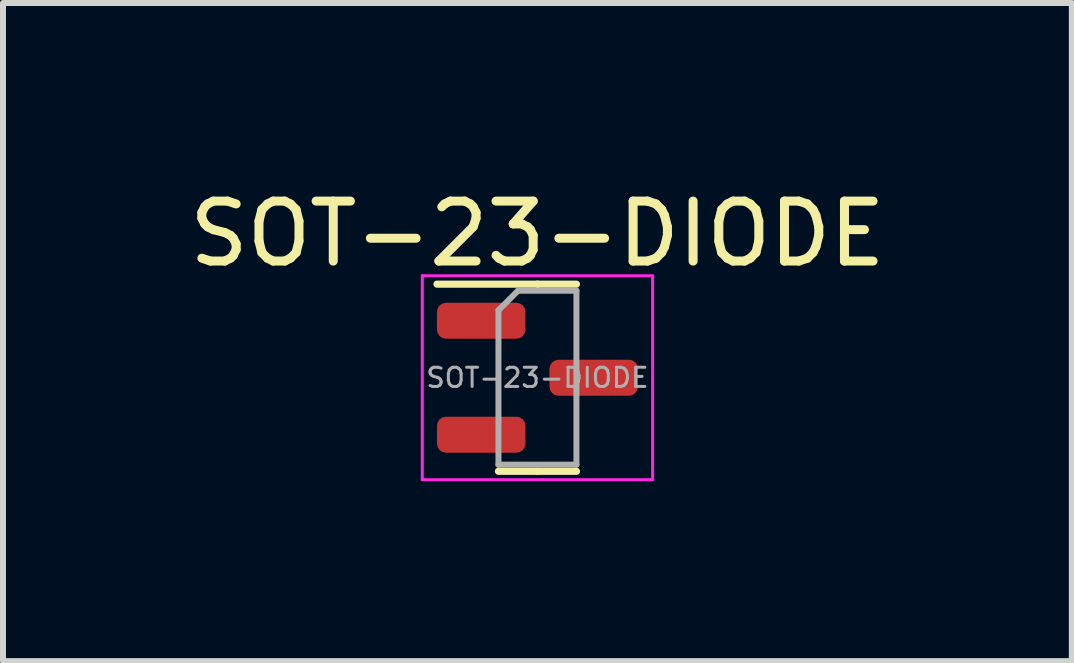
<source format=kicad_pcb>
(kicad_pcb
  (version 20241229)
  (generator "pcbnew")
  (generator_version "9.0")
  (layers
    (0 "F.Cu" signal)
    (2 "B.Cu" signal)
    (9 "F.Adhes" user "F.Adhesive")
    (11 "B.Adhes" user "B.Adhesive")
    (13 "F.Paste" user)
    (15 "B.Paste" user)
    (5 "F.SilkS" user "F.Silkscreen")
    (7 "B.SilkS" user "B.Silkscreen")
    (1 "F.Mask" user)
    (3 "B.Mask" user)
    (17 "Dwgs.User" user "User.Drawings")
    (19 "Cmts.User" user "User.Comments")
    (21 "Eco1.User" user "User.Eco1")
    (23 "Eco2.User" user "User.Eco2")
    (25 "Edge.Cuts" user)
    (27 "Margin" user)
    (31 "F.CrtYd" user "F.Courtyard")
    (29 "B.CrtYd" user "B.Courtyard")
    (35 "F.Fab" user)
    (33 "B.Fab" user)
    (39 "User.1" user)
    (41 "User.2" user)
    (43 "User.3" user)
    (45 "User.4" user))
  (footprint "SOT-23-DIODE"
    (layer "F.Cu")
    (at 5.911 3.248)
    (property "Reference" "SOT-23-DIODE" (at 0 -2.4 0) (layer "F.SilkS") (effects (font (size 1 1) (thickness 0.15))))
    (attr smd)
    (fp_line (start 0 -1.56) (end -1.675 -1.56) (stroke (width 0.12) (type solid)) (layer "F.SilkS"))
    (fp_line (start 0 -1.56) (end 0.65 -1.56) (stroke (width 0.12) (type solid)) (layer "F.SilkS"))
    (fp_line (start 0 1.56) (end -0.65 1.56) (stroke (width 0.12) (type solid)) (layer "F.SilkS"))
    (fp_line (start 0 1.56) (end 0.65 1.56) (stroke (width 0.12) (type solid)) (layer "F.SilkS"))
    (fp_line (start -1.92 -1.7) (end -1.92 1.7) (stroke (width 0.05) (type solid)) (layer "F.CrtYd"))
    (fp_line (start -1.92 1.7) (end 1.92 1.7) (stroke (width 0.05) (type solid)) (layer "F.CrtYd"))
    (fp_line (start 1.92 -1.7) (end -1.92 -1.7) (stroke (width 0.05) (type solid)) (layer "F.CrtYd"))
    (fp_line (start 1.92 1.7) (end 1.92 -1.7) (stroke (width 0.05) (type solid)) (layer "F.CrtYd"))
    (fp_line (start -0.65 -1.125) (end -0.325 -1.45) (stroke (width 0.1) (type solid)) (layer "F.Fab"))
    (fp_line (start -0.65 1.45) (end -0.65 -1.125) (stroke (width 0.1) (type solid)) (layer "F.Fab"))
    (fp_line (start -0.325 -1.45) (end 0.65 -1.45) (stroke (width 0.1) (type solid)) (layer "F.Fab"))
    (fp_line (start 0.65 -1.45) (end 0.65 1.45) (stroke (width 0.1) (type solid)) (layer "F.Fab"))
    (fp_line (start 0.65 1.45) (end -0.65 1.45) (stroke (width 0.1) (type solid)) (layer "F.Fab"))
    (fp_text user "${REFERENCE}" (at 0 0 0) (layer "F.Fab") (effects (font (size 0.32 0.32) (thickness 0.05))))
    (pad "1" smd roundrect (at 0.938 0) (size 1.475 0.6) (layers "F.Cu" "F.Mask" "F.Paste") (roundrect_rratio 0.25))
    (pad "2" smd roundrect (at -0.938 -0.95) (size 1.475 0.6) (layers "F.Cu" "F.Mask" "F.Paste") (roundrect_rratio 0.25))
    (pad "2" smd roundrect (at -0.938 0.95) (size 1.475 0.6) (layers "F.Cu" "F.Mask" "F.Paste") (roundrect_rratio 0.25)))
  (gr_rect
    (start -3 -3)
    (end 14.821 7.973)
    (stroke (width 0.1) (type default))
    (fill no)
    (layer "Edge.Cuts")))
</source>
